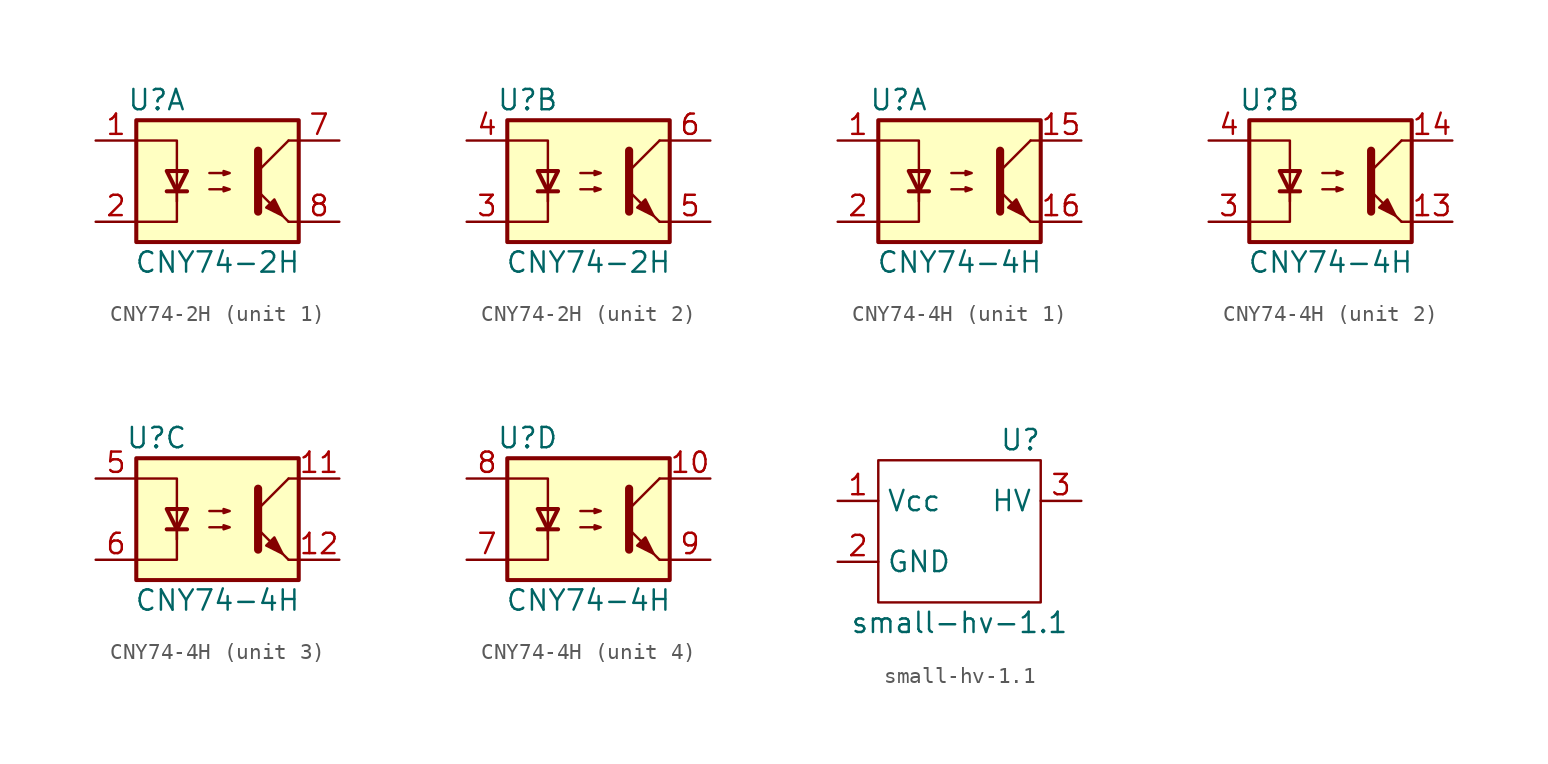
<source format=kicad_sym>
(kicad_symbol_lib
  (version 20211014)
  (generator kicad_symbol_editor)
  (symbol "CNY74-2H"
    (pin_names
      (offset 1.016))
    (property "Reference" "U"
      (at -3.81 5.08 0)
      (effects (font (size 1.27 1.27))))
    (property "Value" "CNY74-2H"
      (at 0 -5.08 0)
      (effects (font (size 1.27 1.27))))
    (symbol "CNY74-2H_0_1"
      (rectangle (start -5.08 3.81) (end 5.08 -3.81) (stroke (width 0.254) (type default) (color 0 0 0 0)) (fill (type background)))
      (polyline (pts (xy -3.175 -0.635) (xy -1.905 -0.635)) (stroke (width 0.254) (type default) (color 0 0 0 0)) (fill (type none)))
      (polyline (pts (xy 2.54 0.635) (xy 4.445 2.54)) (stroke (width 0) (type default) (color 0 0 0 0)) (fill (type none)))
      (polyline (pts (xy 4.445 -2.54) (xy 2.54 -0.635)) (stroke (width 0) (type default) (color 0 0 0 0)) (fill (type outline)))
      (polyline (pts (xy 4.445 -2.54) (xy 5.08 -2.54)) (stroke (width 0) (type default) (color 0 0 0 0)) (fill (type none)))
      (polyline (pts (xy 4.445 2.54) (xy 5.08 2.54)) (stroke (width 0) (type default) (color 0 0 0 0)) (fill (type none)))
      (polyline (pts (xy -2.54 -0.635) (xy -2.54 -2.54) (xy -5.08 -2.54)) (stroke (width 0) (type default) (color 0 0 0 0)) (fill (type none)))
      (polyline (pts (xy 2.54 1.905) (xy 2.54 -1.905) (xy 2.54 -1.905)) (stroke (width 0.508) (type default) (color 0 0 0 0)) (fill (type none)))
      (polyline (pts (xy -5.08 2.54) (xy -2.54 2.54) (xy -2.54 -1.27) (xy -2.54 0.635)) (stroke (width 0) (type default) (color 0 0 0 0)) (fill (type none)))
      (polyline (pts (xy -2.54 -0.635) (xy -3.175 0.635) (xy -1.905 0.635) (xy -2.54 -0.635)) (stroke (width 0.254) (type default) (color 0 0 0 0)) (fill (type none)))
      (polyline (pts (xy -0.508 -0.508) (xy 0.762 -0.508) (xy 0.381 -0.635) (xy 0.381 -0.381) (xy 0.762 -0.508)) (stroke (width 0) (type default) (color 0 0 0 0)) (fill (type none)))
      (polyline (pts (xy -0.508 0.508) (xy 0.762 0.508) (xy 0.381 0.381) (xy 0.381 0.635) (xy 0.762 0.508)) (stroke (width 0) (type default) (color 0 0 0 0)) (fill (type none)))
      (polyline (pts (xy 3.048 -1.651) (xy 3.556 -1.143) (xy 4.064 -2.159) (xy 3.048 -1.651) (xy 3.048 -1.651)) (stroke (width 0) (type default) (color 0 0 0 0)) (fill (type outline))))
    (symbol "CNY74-2H_1_1"
      (pin passive line (at -7.62 2.54 0) (length 2.54) (name "~" (effects (font (size 1.27 1.27)))) (number "1" (effects (font (size 1.27 1.27)))))
      (pin passive line (at -7.62 -2.54 0) (length 2.54) (name "~" (effects (font (size 1.27 1.27)))) (number "2" (effects (font (size 1.27 1.27)))))
      (pin passive line (at 7.62 2.54 180) (length 2.54) (name "~" (effects (font (size 1.27 1.27)))) (number "7" (effects (font (size 1.27 1.27)))))
      (pin passive line (at 7.62 -2.54 180) (length 2.54) (name "~" (effects (font (size 1.27 1.27)))) (number "8" (effects (font (size 1.27 1.27))))))
    (symbol "CNY74-2H_2_1"
      (pin passive line (at -7.62 -2.54 0) (length 2.54) (name "~" (effects (font (size 1.27 1.27)))) (number "3" (effects (font (size 1.27 1.27)))))
      (pin passive line (at -7.62 2.54 0) (length 2.54) (name "~" (effects (font (size 1.27 1.27)))) (number "4" (effects (font (size 1.27 1.27)))))
      (pin passive line (at 7.62 -2.54 180) (length 2.54) (name "~" (effects (font (size 1.27 1.27)))) (number "5" (effects (font (size 1.27 1.27)))))
      (pin passive line (at 7.62 2.54 180) (length 2.54) (name "~" (effects (font (size 1.27 1.27)))) (number "6" (effects (font (size 1.27 1.27)))))))
  (symbol "CNY74-4H"
    (pin_names
      (offset 1.016))
    (property "Reference" "U"
      (at -3.81 5.08 0)
      (effects (font (size 1.27 1.27))))
    (property "Value" "CNY74-4H"
      (at 0 -5.08 0)
      (effects (font (size 1.27 1.27))))
    (symbol "CNY74-4H_0_1"
      (rectangle (start -5.08 3.81) (end 5.08 -3.81) (stroke (width 0.254) (type default) (color 0 0 0 0)) (fill (type background)))
      (polyline (pts (xy -3.175 -0.635) (xy -1.905 -0.635)) (stroke (width 0.254) (type default) (color 0 0 0 0)) (fill (type none)))
      (polyline (pts (xy 2.54 0.635) (xy 4.445 2.54)) (stroke (width 0) (type default) (color 0 0 0 0)) (fill (type none)))
      (polyline (pts (xy 4.445 -2.54) (xy 2.54 -0.635)) (stroke (width 0) (type default) (color 0 0 0 0)) (fill (type outline)))
      (polyline (pts (xy 4.445 -2.54) (xy 5.08 -2.54)) (stroke (width 0) (type default) (color 0 0 0 0)) (fill (type none)))
      (polyline (pts (xy 4.445 2.54) (xy 5.08 2.54)) (stroke (width 0) (type default) (color 0 0 0 0)) (fill (type none)))
      (polyline (pts (xy -2.54 -0.635) (xy -2.54 -2.54) (xy -5.08 -2.54)) (stroke (width 0) (type default) (color 0 0 0 0)) (fill (type none)))
      (polyline (pts (xy 2.54 1.905) (xy 2.54 -1.905) (xy 2.54 -1.905)) (stroke (width 0.508) (type default) (color 0 0 0 0)) (fill (type none)))
      (polyline (pts (xy -5.08 2.54) (xy -2.54 2.54) (xy -2.54 -1.27) (xy -2.54 0.635)) (stroke (width 0) (type default) (color 0 0 0 0)) (fill (type none)))
      (polyline (pts (xy -2.54 -0.635) (xy -3.175 0.635) (xy -1.905 0.635) (xy -2.54 -0.635)) (stroke (width 0.254) (type default) (color 0 0 0 0)) (fill (type none)))
      (polyline (pts (xy -0.508 -0.508) (xy 0.762 -0.508) (xy 0.381 -0.635) (xy 0.381 -0.381) (xy 0.762 -0.508)) (stroke (width 0) (type default) (color 0 0 0 0)) (fill (type none)))
      (polyline (pts (xy -0.508 0.508) (xy 0.762 0.508) (xy 0.381 0.381) (xy 0.381 0.635) (xy 0.762 0.508)) (stroke (width 0) (type default) (color 0 0 0 0)) (fill (type none)))
      (polyline (pts (xy 3.048 -1.651) (xy 3.556 -1.143) (xy 4.064 -2.159) (xy 3.048 -1.651) (xy 3.048 -1.651)) (stroke (width 0) (type default) (color 0 0 0 0)) (fill (type outline))))
    (symbol "CNY74-4H_1_1"
      (pin passive line (at -7.62 2.54 0) (length 2.54) (name "~" (effects (font (size 1.27 1.27)))) (number "1" (effects (font (size 1.27 1.27)))))
      (pin passive line (at 7.62 2.54 180) (length 2.54) (name "~" (effects (font (size 1.27 1.27)))) (number "15" (effects (font (size 1.27 1.27)))))
      (pin passive line (at 7.62 -2.54 180) (length 2.54) (name "~" (effects (font (size 1.27 1.27)))) (number "16" (effects (font (size 1.27 1.27)))))
      (pin passive line (at -7.62 -2.54 0) (length 2.54) (name "~" (effects (font (size 1.27 1.27)))) (number "2" (effects (font (size 1.27 1.27))))))
    (symbol "CNY74-4H_2_1"
      (pin passive line (at 7.62 -2.54 180) (length 2.54) (name "~" (effects (font (size 1.27 1.27)))) (number "13" (effects (font (size 1.27 1.27)))))
      (pin passive line (at 7.62 2.54 180) (length 2.54) (name "~" (effects (font (size 1.27 1.27)))) (number "14" (effects (font (size 1.27 1.27)))))
      (pin passive line (at -7.62 -2.54 0) (length 2.54) (name "~" (effects (font (size 1.27 1.27)))) (number "3" (effects (font (size 1.27 1.27)))))
      (pin passive line (at -7.62 2.54 0) (length 2.54) (name "~" (effects (font (size 1.27 1.27)))) (number "4" (effects (font (size 1.27 1.27))))))
    (symbol "CNY74-4H_3_1"
      (pin passive line (at 7.62 2.54 180) (length 2.54) (name "~" (effects (font (size 1.27 1.27)))) (number "11" (effects (font (size 1.27 1.27)))))
      (pin passive line (at 7.62 -2.54 180) (length 2.54) (name "~" (effects (font (size 1.27 1.27)))) (number "12" (effects (font (size 1.27 1.27)))))
      (pin passive line (at -7.62 2.54 0) (length 2.54) (name "~" (effects (font (size 1.27 1.27)))) (number "5" (effects (font (size 1.27 1.27)))))
      (pin passive line (at -7.62 -2.54 0) (length 2.54) (name "~" (effects (font (size 1.27 1.27)))) (number "6" (effects (font (size 1.27 1.27))))))
    (symbol "CNY74-4H_4_1"
      (pin passive line (at 7.62 2.54 180) (length 2.54) (name "~" (effects (font (size 1.27 1.27)))) (number "10" (effects (font (size 1.27 1.27)))))
      (pin passive line (at -7.62 -2.54 0) (length 2.54) (name "~" (effects (font (size 1.27 1.27)))) (number "7" (effects (font (size 1.27 1.27)))))
      (pin passive line (at -7.62 2.54 0) (length 2.54) (name "~" (effects (font (size 1.27 1.27)))) (number "8" (effects (font (size 1.27 1.27)))))
      (pin passive line (at 7.62 -2.54 180) (length 2.54) (name "~" (effects (font (size 1.27 1.27)))) (number "9" (effects (font (size 1.27 1.27)))))))
  (symbol "small-hv-1.1"
    (property "Reference" "U"
      (at 3.81 5.08 0)
      (effects (font (size 1.27 1.27))))
    (property "Value" "small-hv-1.1"
      (at 0 -6.35 0)
      (effects (font (size 1.27 1.27))))
    (symbol "small-hv-1.1_0_1"
      (rectangle (start -5.08 3.81) (end 5.08 -5.08) (stroke (width 0) (type default) (color 0 0 0 0)) (fill (type none))))
    (symbol "small-hv-1.1_1_1"
      (pin power_in line (at -7.62 1.27 0) (length 2.54) (name "Vcc" (effects (font (size 1.27 1.27)))) (number "1" (effects (font (size 1.27 1.27)))))
      (pin power_in line (at -7.62 -2.54 0) (length 2.54) (name "GND" (effects (font (size 1.27 1.27)))) (number "2" (effects (font (size 1.27 1.27)))))
      (pin power_out line (at 7.62 1.27 180) (length 2.54) (name "HV" (effects (font (size 1.27 1.27)))) (number "3" (effects (font (size 1.27 1.27))))))))
</source>
